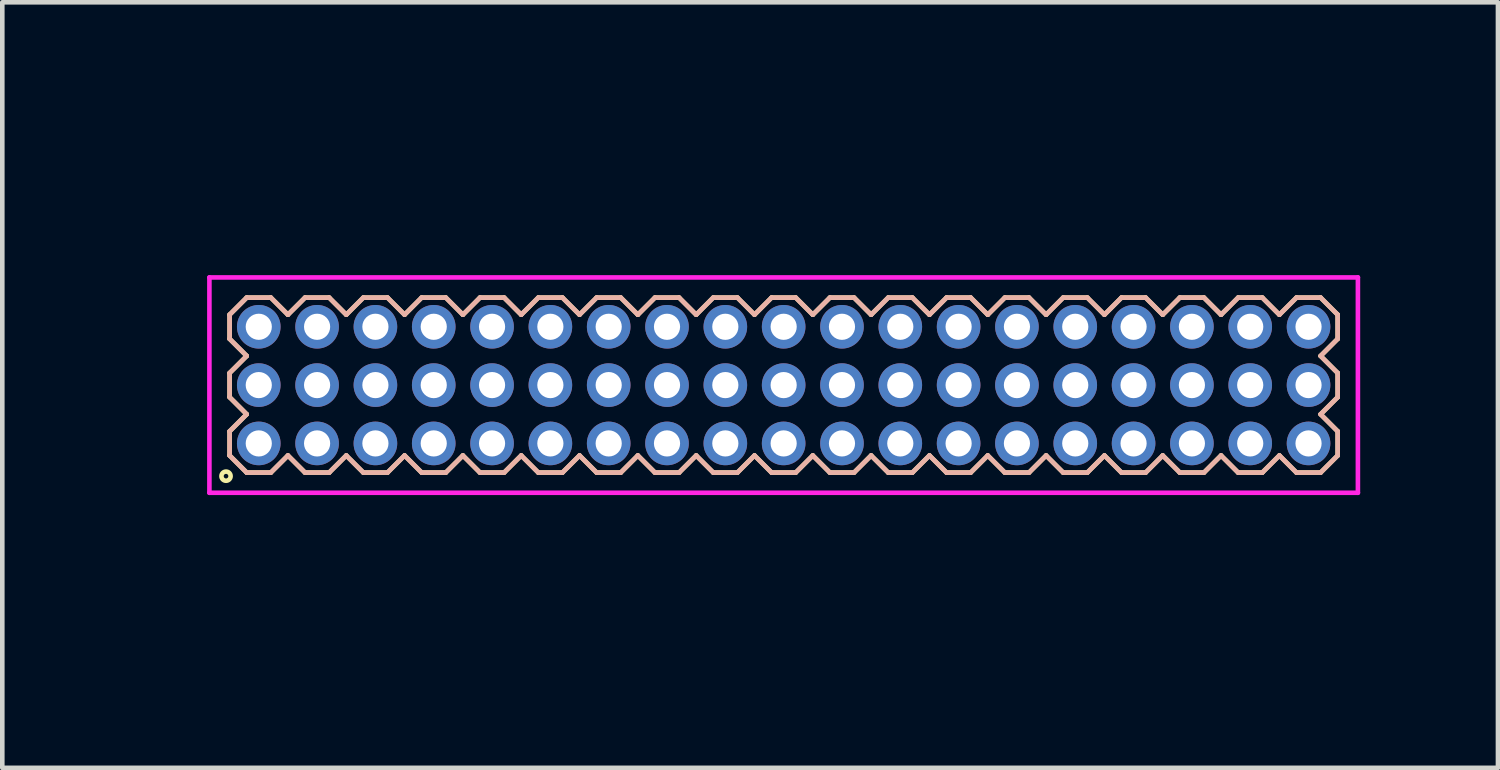
<source format=kicad_pcb>
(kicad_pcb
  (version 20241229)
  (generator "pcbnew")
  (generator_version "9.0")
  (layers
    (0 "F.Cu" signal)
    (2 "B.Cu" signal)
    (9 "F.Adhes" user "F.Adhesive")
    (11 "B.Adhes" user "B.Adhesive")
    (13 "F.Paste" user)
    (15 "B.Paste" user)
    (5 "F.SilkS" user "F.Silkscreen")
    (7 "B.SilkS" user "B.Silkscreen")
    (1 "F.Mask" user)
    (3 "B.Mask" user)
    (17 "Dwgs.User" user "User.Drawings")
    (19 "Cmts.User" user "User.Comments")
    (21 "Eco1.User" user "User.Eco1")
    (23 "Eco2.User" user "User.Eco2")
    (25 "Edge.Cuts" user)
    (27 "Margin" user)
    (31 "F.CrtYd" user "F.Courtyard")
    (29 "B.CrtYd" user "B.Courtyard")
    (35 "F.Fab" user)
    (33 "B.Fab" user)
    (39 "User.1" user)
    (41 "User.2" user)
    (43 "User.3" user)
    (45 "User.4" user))
  (footprint "HDR127P19x3"
    (layer "F.Cu")
    (at 14.015 5.336)
    (property "Reference" "HDR127P19x3" (at -13.255 0 90) (layer "User.1") (effects (font (size 1 1) (thickness 0.1))))
    (attr through_hole)
    (fp_line (start -12.065 -1.533) (end -11.693 -1.905) (stroke (width 0.1) (type solid)) (layer "F.SilkS"))
    (fp_line (start -12.065 -1.007) (end -12.065 -1.533) (stroke (width 0.1) (type solid)) (layer "F.SilkS"))
    (fp_line (start -12.065 -0.263) (end -11.693 -0.635) (stroke (width 0.1) (type solid)) (layer "F.SilkS"))
    (fp_line (start -12.065 0.263) (end -12.065 -0.263) (stroke (width 0.1) (type solid)) (layer "F.SilkS"))
    (fp_line (start -12.065 1.007) (end -11.693 0.635) (stroke (width 0.1) (type solid)) (layer "F.SilkS"))
    (fp_line (start -12.065 1.533) (end -12.065 1.007) (stroke (width 0.1) (type solid)) (layer "F.SilkS"))
    (fp_line (start -11.693 -1.905) (end -11.167 -1.905) (stroke (width 0.1) (type solid)) (layer "F.SilkS"))
    (fp_line (start -11.693 -0.635) (end -12.065 -1.007) (stroke (width 0.1) (type solid)) (layer "F.SilkS"))
    (fp_line (start -11.693 0.635) (end -12.065 0.263) (stroke (width 0.1) (type solid)) (layer "F.SilkS"))
    (fp_line (start -11.693 1.905) (end -12.065 1.533) (stroke (width 0.1) (type solid)) (layer "F.SilkS"))
    (fp_line (start -11.167 -1.905) (end -10.795 -1.533) (stroke (width 0.1) (type solid)) (layer "F.SilkS"))
    (fp_line (start -11.167 1.905) (end -11.693 1.905) (stroke (width 0.1) (type solid)) (layer "F.SilkS"))
    (fp_line (start -10.795 -1.533) (end -10.423 -1.905) (stroke (width 0.1) (type solid)) (layer "F.SilkS"))
    (fp_line (start -10.795 1.533) (end -11.167 1.905) (stroke (width 0.1) (type solid)) (layer "F.SilkS"))
    (fp_line (start -10.423 -1.905) (end -9.897 -1.905) (stroke (width 0.1) (type solid)) (layer "F.SilkS"))
    (fp_line (start -10.423 1.905) (end -10.795 1.533) (stroke (width 0.1) (type solid)) (layer "F.SilkS"))
    (fp_line (start -9.897 -1.905) (end -9.525 -1.533) (stroke (width 0.1) (type solid)) (layer "F.SilkS"))
    (fp_line (start -9.897 1.905) (end -10.423 1.905) (stroke (width 0.1) (type solid)) (layer "F.SilkS"))
    (fp_line (start -9.525 -1.533) (end -9.153 -1.905) (stroke (width 0.1) (type solid)) (layer "F.SilkS"))
    (fp_line (start -9.525 1.533) (end -9.897 1.905) (stroke (width 0.1) (type solid)) (layer "F.SilkS"))
    (fp_line (start -9.153 -1.905) (end -8.627 -1.905) (stroke (width 0.1) (type solid)) (layer "F.SilkS"))
    (fp_line (start -9.153 1.905) (end -9.525 1.533) (stroke (width 0.1) (type solid)) (layer "F.SilkS"))
    (fp_line (start -8.627 -1.905) (end -8.255 -1.533) (stroke (width 0.1) (type solid)) (layer "F.SilkS"))
    (fp_line (start -8.627 1.905) (end -9.153 1.905) (stroke (width 0.1) (type solid)) (layer "F.SilkS"))
    (fp_line (start -8.255 -1.533) (end -7.883 -1.905) (stroke (width 0.1) (type solid)) (layer "F.SilkS"))
    (fp_line (start -8.255 1.533) (end -8.627 1.905) (stroke (width 0.1) (type solid)) (layer "F.SilkS"))
    (fp_line (start -7.883 -1.905) (end -7.357 -1.905) (stroke (width 0.1) (type solid)) (layer "F.SilkS"))
    (fp_line (start -7.883 1.905) (end -8.255 1.533) (stroke (width 0.1) (type solid)) (layer "F.SilkS"))
    (fp_line (start -7.357 -1.905) (end -6.985 -1.533) (stroke (width 0.1) (type solid)) (layer "F.SilkS"))
    (fp_line (start -7.357 1.905) (end -7.883 1.905) (stroke (width 0.1) (type solid)) (layer "F.SilkS"))
    (fp_line (start -6.985 -1.533) (end -6.613 -1.905) (stroke (width 0.1) (type solid)) (layer "F.SilkS"))
    (fp_line (start -6.985 1.533) (end -7.357 1.905) (stroke (width 0.1) (type solid)) (layer "F.SilkS"))
    (fp_line (start -6.613 -1.905) (end -6.087 -1.905) (stroke (width 0.1) (type solid)) (layer "F.SilkS"))
    (fp_line (start -6.613 1.905) (end -6.985 1.533) (stroke (width 0.1) (type solid)) (layer "F.SilkS"))
    (fp_line (start -6.087 -1.905) (end -5.715 -1.533) (stroke (width 0.1) (type solid)) (layer "F.SilkS"))
    (fp_line (start -6.087 1.905) (end -6.613 1.905) (stroke (width 0.1) (type solid)) (layer "F.SilkS"))
    (fp_line (start -5.715 -1.533) (end -5.343 -1.905) (stroke (width 0.1) (type solid)) (layer "F.SilkS"))
    (fp_line (start -5.715 1.533) (end -6.087 1.905) (stroke (width 0.1) (type solid)) (layer "F.SilkS"))
    (fp_line (start -5.343 -1.905) (end -4.817 -1.905) (stroke (width 0.1) (type solid)) (layer "F.SilkS"))
    (fp_line (start -5.343 1.905) (end -5.715 1.533) (stroke (width 0.1) (type solid)) (layer "F.SilkS"))
    (fp_line (start -4.817 -1.905) (end -4.445 -1.533) (stroke (width 0.1) (type solid)) (layer "F.SilkS"))
    (fp_line (start -4.817 1.905) (end -5.343 1.905) (stroke (width 0.1) (type solid)) (layer "F.SilkS"))
    (fp_line (start -4.445 -1.533) (end -4.073 -1.905) (stroke (width 0.1) (type solid)) (layer "F.SilkS"))
    (fp_line (start -4.445 1.533) (end -4.817 1.905) (stroke (width 0.1) (type solid)) (layer "F.SilkS"))
    (fp_line (start -4.073 -1.905) (end -3.547 -1.905) (stroke (width 0.1) (type solid)) (layer "F.SilkS"))
    (fp_line (start -4.073 1.905) (end -4.445 1.533) (stroke (width 0.1) (type solid)) (layer "F.SilkS"))
    (fp_line (start -3.547 -1.905) (end -3.175 -1.533) (stroke (width 0.1) (type solid)) (layer "F.SilkS"))
    (fp_line (start -3.547 1.905) (end -4.073 1.905) (stroke (width 0.1) (type solid)) (layer "F.SilkS"))
    (fp_line (start -3.175 -1.533) (end -2.803 -1.905) (stroke (width 0.1) (type solid)) (layer "F.SilkS"))
    (fp_line (start -3.175 1.533) (end -3.547 1.905) (stroke (width 0.1) (type solid)) (layer "F.SilkS"))
    (fp_line (start -2.803 -1.905) (end -2.277 -1.905) (stroke (width 0.1) (type solid)) (layer "F.SilkS"))
    (fp_line (start -2.803 1.905) (end -3.175 1.533) (stroke (width 0.1) (type solid)) (layer "F.SilkS"))
    (fp_line (start -2.277 -1.905) (end -1.905 -1.533) (stroke (width 0.1) (type solid)) (layer "F.SilkS"))
    (fp_line (start -2.277 1.905) (end -2.803 1.905) (stroke (width 0.1) (type solid)) (layer "F.SilkS"))
    (fp_line (start -1.905 -1.533) (end -1.533 -1.905) (stroke (width 0.1) (type solid)) (layer "F.SilkS"))
    (fp_line (start -1.905 1.533) (end -2.277 1.905) (stroke (width 0.1) (type solid)) (layer "F.SilkS"))
    (fp_line (start -1.533 -1.905) (end -1.007 -1.905) (stroke (width 0.1) (type solid)) (layer "F.SilkS"))
    (fp_line (start -1.533 1.905) (end -1.905 1.533) (stroke (width 0.1) (type solid)) (layer "F.SilkS"))
    (fp_line (start -1.007 -1.905) (end -0.635 -1.533) (stroke (width 0.1) (type solid)) (layer "F.SilkS"))
    (fp_line (start -1.007 1.905) (end -1.533 1.905) (stroke (width 0.1) (type solid)) (layer "F.SilkS"))
    (fp_line (start -0.635 -1.533) (end -0.263 -1.905) (stroke (width 0.1) (type solid)) (layer "F.SilkS"))
    (fp_line (start -0.635 1.533) (end -1.007 1.905) (stroke (width 0.1) (type solid)) (layer "F.SilkS"))
    (fp_line (start -0.263 -1.905) (end 0.263 -1.905) (stroke (width 0.1) (type solid)) (layer "F.SilkS"))
    (fp_line (start -0.263 1.905) (end -0.635 1.533) (stroke (width 0.1) (type solid)) (layer "F.SilkS"))
    (fp_line (start 0.263 -1.905) (end 0.635 -1.533) (stroke (width 0.1) (type solid)) (layer "F.SilkS"))
    (fp_line (start 0.263 1.905) (end -0.263 1.905) (stroke (width 0.1) (type solid)) (layer "F.SilkS"))
    (fp_line (start 0.635 -1.533) (end 1.007 -1.905) (stroke (width 0.1) (type solid)) (layer "F.SilkS"))
    (fp_line (start 0.635 1.533) (end 0.263 1.905) (stroke (width 0.1) (type solid)) (layer "F.SilkS"))
    (fp_line (start 1.007 -1.905) (end 1.533 -1.905) (stroke (width 0.1) (type solid)) (layer "F.SilkS"))
    (fp_line (start 1.007 1.905) (end 0.635 1.533) (stroke (width 0.1) (type solid)) (layer "F.SilkS"))
    (fp_line (start 1.533 -1.905) (end 1.905 -1.533) (stroke (width 0.1) (type solid)) (layer "F.SilkS"))
    (fp_line (start 1.533 1.905) (end 1.007 1.905) (stroke (width 0.1) (type solid)) (layer "F.SilkS"))
    (fp_line (start 1.905 -1.533) (end 2.277 -1.905) (stroke (width 0.1) (type solid)) (layer "F.SilkS"))
    (fp_line (start 1.905 1.533) (end 1.533 1.905) (stroke (width 0.1) (type solid)) (layer "F.SilkS"))
    (fp_line (start 2.277 -1.905) (end 2.803 -1.905) (stroke (width 0.1) (type solid)) (layer "F.SilkS"))
    (fp_line (start 2.277 1.905) (end 1.905 1.533) (stroke (width 0.1) (type solid)) (layer "F.SilkS"))
    (fp_line (start 2.803 -1.905) (end 3.175 -1.533) (stroke (width 0.1) (type solid)) (layer "F.SilkS"))
    (fp_line (start 2.803 1.905) (end 2.277 1.905) (stroke (width 0.1) (type solid)) (layer "F.SilkS"))
    (fp_line (start 3.175 -1.533) (end 3.547 -1.905) (stroke (width 0.1) (type solid)) (layer "F.SilkS"))
    (fp_line (start 3.175 1.533) (end 2.803 1.905) (stroke (width 0.1) (type solid)) (layer "F.SilkS"))
    (fp_line (start 3.547 -1.905) (end 4.073 -1.905) (stroke (width 0.1) (type solid)) (layer "F.SilkS"))
    (fp_line (start 3.547 1.905) (end 3.175 1.533) (stroke (width 0.1) (type solid)) (layer "F.SilkS"))
    (fp_line (start 4.073 -1.905) (end 4.445 -1.533) (stroke (width 0.1) (type solid)) (layer "F.SilkS"))
    (fp_line (start 4.073 1.905) (end 3.547 1.905) (stroke (width 0.1) (type solid)) (layer "F.SilkS"))
    (fp_line (start 4.445 -1.533) (end 4.817 -1.905) (stroke (width 0.1) (type solid)) (layer "F.SilkS"))
    (fp_line (start 4.445 1.533) (end 4.073 1.905) (stroke (width 0.1) (type solid)) (layer "F.SilkS"))
    (fp_line (start 4.817 -1.905) (end 5.343 -1.905) (stroke (width 0.1) (type solid)) (layer "F.SilkS"))
    (fp_line (start 4.817 1.905) (end 4.445 1.533) (stroke (width 0.1) (type solid)) (layer "F.SilkS"))
    (fp_line (start 5.343 -1.905) (end 5.715 -1.533) (stroke (width 0.1) (type solid)) (layer "F.SilkS"))
    (fp_line (start 5.343 1.905) (end 4.817 1.905) (stroke (width 0.1) (type solid)) (layer "F.SilkS"))
    (fp_line (start 5.715 -1.533) (end 6.087 -1.905) (stroke (width 0.1) (type solid)) (layer "F.SilkS"))
    (fp_line (start 5.715 1.533) (end 5.343 1.905) (stroke (width 0.1) (type solid)) (layer "F.SilkS"))
    (fp_line (start 6.087 -1.905) (end 6.613 -1.905) (stroke (width 0.1) (type solid)) (layer "F.SilkS"))
    (fp_line (start 6.087 1.905) (end 5.715 1.533) (stroke (width 0.1) (type solid)) (layer "F.SilkS"))
    (fp_line (start 6.613 -1.905) (end 6.985 -1.533) (stroke (width 0.1) (type solid)) (layer "F.SilkS"))
    (fp_line (start 6.613 1.905) (end 6.087 1.905) (stroke (width 0.1) (type solid)) (layer "F.SilkS"))
    (fp_line (start 6.985 -1.533) (end 7.357 -1.905) (stroke (width 0.1) (type solid)) (layer "F.SilkS"))
    (fp_line (start 6.985 1.533) (end 6.613 1.905) (stroke (width 0.1) (type solid)) (layer "F.SilkS"))
    (fp_line (start 7.357 -1.905) (end 7.883 -1.905) (stroke (width 0.1) (type solid)) (layer "F.SilkS"))
    (fp_line (start 7.357 1.905) (end 6.985 1.533) (stroke (width 0.1) (type solid)) (layer "F.SilkS"))
    (fp_line (start 7.883 -1.905) (end 8.255 -1.533) (stroke (width 0.1) (type solid)) (layer "F.SilkS"))
    (fp_line (start 7.883 1.905) (end 7.357 1.905) (stroke (width 0.1) (type solid)) (layer "F.SilkS"))
    (fp_line (start 8.255 -1.533) (end 8.627 -1.905) (stroke (width 0.1) (type solid)) (layer "F.SilkS"))
    (fp_line (start 8.255 1.533) (end 7.883 1.905) (stroke (width 0.1) (type solid)) (layer "F.SilkS"))
    (fp_line (start 8.627 -1.905) (end 9.153 -1.905) (stroke (width 0.1) (type solid)) (layer "F.SilkS"))
    (fp_line (start 8.627 1.905) (end 8.255 1.533) (stroke (width 0.1) (type solid)) (layer "F.SilkS"))
    (fp_line (start 9.153 -1.905) (end 9.525 -1.533) (stroke (width 0.1) (type solid)) (layer "F.SilkS"))
    (fp_line (start 9.153 1.905) (end 8.627 1.905) (stroke (width 0.1) (type solid)) (layer "F.SilkS"))
    (fp_line (start 9.525 -1.533) (end 9.897 -1.905) (stroke (width 0.1) (type solid)) (layer "F.SilkS"))
    (fp_line (start 9.525 1.533) (end 9.153 1.905) (stroke (width 0.1) (type solid)) (layer "F.SilkS"))
    (fp_line (start 9.897 -1.905) (end 10.423 -1.905) (stroke (width 0.1) (type solid)) (layer "F.SilkS"))
    (fp_line (start 9.897 1.905) (end 9.525 1.533) (stroke (width 0.1) (type solid)) (layer "F.SilkS"))
    (fp_line (start 10.423 -1.905) (end 10.795 -1.533) (stroke (width 0.1) (type solid)) (layer "F.SilkS"))
    (fp_line (start 10.423 1.905) (end 9.897 1.905) (stroke (width 0.1) (type solid)) (layer "F.SilkS"))
    (fp_line (start 10.795 -1.533) (end 11.167 -1.905) (stroke (width 0.1) (type solid)) (layer "F.SilkS"))
    (fp_line (start 10.795 1.533) (end 10.423 1.905) (stroke (width 0.1) (type solid)) (layer "F.SilkS"))
    (fp_line (start 11.167 -1.905) (end 11.693 -1.905) (stroke (width 0.1) (type solid)) (layer "F.SilkS"))
    (fp_line (start 11.167 1.905) (end 10.795 1.533) (stroke (width 0.1) (type solid)) (layer "F.SilkS"))
    (fp_line (start 11.693 -1.905) (end 12.065 -1.533) (stroke (width 0.1) (type solid)) (layer "F.SilkS"))
    (fp_line (start 11.693 -0.635) (end 12.065 -0.263) (stroke (width 0.1) (type solid)) (layer "F.SilkS"))
    (fp_line (start 11.693 0.635) (end 12.065 1.007) (stroke (width 0.1) (type solid)) (layer "F.SilkS"))
    (fp_line (start 11.693 1.905) (end 11.167 1.905) (stroke (width 0.1) (type solid)) (layer "F.SilkS"))
    (fp_line (start 12.065 -1.533) (end 12.065 -1.007) (stroke (width 0.1) (type solid)) (layer "F.SilkS"))
    (fp_line (start 12.065 -1.007) (end 11.693 -0.635) (stroke (width 0.1) (type solid)) (layer "F.SilkS"))
    (fp_line (start 12.065 -0.263) (end 12.065 0.263) (stroke (width 0.1) (type solid)) (layer "F.SilkS"))
    (fp_line (start 12.065 0.263) (end 11.693 0.635) (stroke (width 0.1) (type solid)) (layer "F.SilkS"))
    (fp_line (start 12.065 1.007) (end 12.065 1.533) (stroke (width 0.1) (type solid)) (layer "F.SilkS"))
    (fp_line (start 12.065 1.533) (end 11.693 1.905) (stroke (width 0.1) (type solid)) (layer "F.SilkS"))
    (fp_circle (center -12.143 1.983) (end -12.043 1.983) (stroke (width 0.1) (type solid)) (fill no) (layer "F.SilkS"))
    (fp_line (start -12.065 -1.533) (end -11.693 -1.905) (stroke (width 0.1) (type solid)) (layer "B.SilkS"))
    (fp_line (start -12.065 -1.007) (end -12.065 -1.533) (stroke (width 0.1) (type solid)) (layer "B.SilkS"))
    (fp_line (start -12.065 -0.263) (end -11.693 -0.635) (stroke (width 0.1) (type solid)) (layer "B.SilkS"))
    (fp_line (start -12.065 0.263) (end -12.065 -0.263) (stroke (width 0.1) (type solid)) (layer "B.SilkS"))
    (fp_line (start -12.065 1.007) (end -11.693 0.635) (stroke (width 0.1) (type solid)) (layer "B.SilkS"))
    (fp_line (start -12.065 1.533) (end -12.065 1.007) (stroke (width 0.1) (type solid)) (layer "B.SilkS"))
    (fp_line (start -11.693 -1.905) (end -11.167 -1.905) (stroke (width 0.1) (type solid)) (layer "B.SilkS"))
    (fp_line (start -11.693 -0.635) (end -12.065 -1.007) (stroke (width 0.1) (type solid)) (layer "B.SilkS"))
    (fp_line (start -11.693 0.635) (end -12.065 0.263) (stroke (width 0.1) (type solid)) (layer "B.SilkS"))
    (fp_line (start -11.693 1.905) (end -12.065 1.533) (stroke (width 0.1) (type solid)) (layer "B.SilkS"))
    (fp_line (start -11.167 -1.905) (end -10.795 -1.533) (stroke (width 0.1) (type solid)) (layer "B.SilkS"))
    (fp_line (start -11.167 1.905) (end -11.693 1.905) (stroke (width 0.1) (type solid)) (layer "B.SilkS"))
    (fp_line (start -10.795 -1.533) (end -10.423 -1.905) (stroke (width 0.1) (type solid)) (layer "B.SilkS"))
    (fp_line (start -10.795 1.533) (end -11.167 1.905) (stroke (width 0.1) (type solid)) (layer "B.SilkS"))
    (fp_line (start -10.423 -1.905) (end -9.897 -1.905) (stroke (width 0.1) (type solid)) (layer "B.SilkS"))
    (fp_line (start -10.423 1.905) (end -10.795 1.533) (stroke (width 0.1) (type solid)) (layer "B.SilkS"))
    (fp_line (start -9.897 -1.905) (end -9.525 -1.533) (stroke (width 0.1) (type solid)) (layer "B.SilkS"))
    (fp_line (start -9.897 1.905) (end -10.423 1.905) (stroke (width 0.1) (type solid)) (layer "B.SilkS"))
    (fp_line (start -9.525 -1.533) (end -9.153 -1.905) (stroke (width 0.1) (type solid)) (layer "B.SilkS"))
    (fp_line (start -9.525 1.533) (end -9.897 1.905) (stroke (width 0.1) (type solid)) (layer "B.SilkS"))
    (fp_line (start -9.153 -1.905) (end -8.627 -1.905) (stroke (width 0.1) (type solid)) (layer "B.SilkS"))
    (fp_line (start -9.153 1.905) (end -9.525 1.533) (stroke (width 0.1) (type solid)) (layer "B.SilkS"))
    (fp_line (start -8.627 -1.905) (end -8.255 -1.533) (stroke (width 0.1) (type solid)) (layer "B.SilkS"))
    (fp_line (start -8.627 1.905) (end -9.153 1.905) (stroke (width 0.1) (type solid)) (layer "B.SilkS"))
    (fp_line (start -8.255 -1.533) (end -7.883 -1.905) (stroke (width 0.1) (type solid)) (layer "B.SilkS"))
    (fp_line (start -8.255 1.533) (end -8.627 1.905) (stroke (width 0.1) (type solid)) (layer "B.SilkS"))
    (fp_line (start -7.883 -1.905) (end -7.357 -1.905) (stroke (width 0.1) (type solid)) (layer "B.SilkS"))
    (fp_line (start -7.883 1.905) (end -8.255 1.533) (stroke (width 0.1) (type solid)) (layer "B.SilkS"))
    (fp_line (start -7.357 -1.905) (end -6.985 -1.533) (stroke (width 0.1) (type solid)) (layer "B.SilkS"))
    (fp_line (start -7.357 1.905) (end -7.883 1.905) (stroke (width 0.1) (type solid)) (layer "B.SilkS"))
    (fp_line (start -6.985 -1.533) (end -6.613 -1.905) (stroke (width 0.1) (type solid)) (layer "B.SilkS"))
    (fp_line (start -6.985 1.533) (end -7.357 1.905) (stroke (width 0.1) (type solid)) (layer "B.SilkS"))
    (fp_line (start -6.613 -1.905) (end -6.087 -1.905) (stroke (width 0.1) (type solid)) (layer "B.SilkS"))
    (fp_line (start -6.613 1.905) (end -6.985 1.533) (stroke (width 0.1) (type solid)) (layer "B.SilkS"))
    (fp_line (start -6.087 -1.905) (end -5.715 -1.533) (stroke (width 0.1) (type solid)) (layer "B.SilkS"))
    (fp_line (start -6.087 1.905) (end -6.613 1.905) (stroke (width 0.1) (type solid)) (layer "B.SilkS"))
    (fp_line (start -5.715 -1.533) (end -5.343 -1.905) (stroke (width 0.1) (type solid)) (layer "B.SilkS"))
    (fp_line (start -5.715 1.533) (end -6.087 1.905) (stroke (width 0.1) (type solid)) (layer "B.SilkS"))
    (fp_line (start -5.343 -1.905) (end -4.817 -1.905) (stroke (width 0.1) (type solid)) (layer "B.SilkS"))
    (fp_line (start -5.343 1.905) (end -5.715 1.533) (stroke (width 0.1) (type solid)) (layer "B.SilkS"))
    (fp_line (start -4.817 -1.905) (end -4.445 -1.533) (stroke (width 0.1) (type solid)) (layer "B.SilkS"))
    (fp_line (start -4.817 1.905) (end -5.343 1.905) (stroke (width 0.1) (type solid)) (layer "B.SilkS"))
    (fp_line (start -4.445 -1.533) (end -4.073 -1.905) (stroke (width 0.1) (type solid)) (layer "B.SilkS"))
    (fp_line (start -4.445 1.533) (end -4.817 1.905) (stroke (width 0.1) (type solid)) (layer "B.SilkS"))
    (fp_line (start -4.073 -1.905) (end -3.547 -1.905) (stroke (width 0.1) (type solid)) (layer "B.SilkS"))
    (fp_line (start -4.073 1.905) (end -4.445 1.533) (stroke (width 0.1) (type solid)) (layer "B.SilkS"))
    (fp_line (start -3.547 -1.905) (end -3.175 -1.533) (stroke (width 0.1) (type solid)) (layer "B.SilkS"))
    (fp_line (start -3.547 1.905) (end -4.073 1.905) (stroke (width 0.1) (type solid)) (layer "B.SilkS"))
    (fp_line (start -3.175 -1.533) (end -2.803 -1.905) (stroke (width 0.1) (type solid)) (layer "B.SilkS"))
    (fp_line (start -3.175 1.533) (end -3.547 1.905) (stroke (width 0.1) (type solid)) (layer "B.SilkS"))
    (fp_line (start -2.803 -1.905) (end -2.277 -1.905) (stroke (width 0.1) (type solid)) (layer "B.SilkS"))
    (fp_line (start -2.803 1.905) (end -3.175 1.533) (stroke (width 0.1) (type solid)) (layer "B.SilkS"))
    (fp_line (start -2.277 -1.905) (end -1.905 -1.533) (stroke (width 0.1) (type solid)) (layer "B.SilkS"))
    (fp_line (start -2.277 1.905) (end -2.803 1.905) (stroke (width 0.1) (type solid)) (layer "B.SilkS"))
    (fp_line (start -1.905 -1.533) (end -1.533 -1.905) (stroke (width 0.1) (type solid)) (layer "B.SilkS"))
    (fp_line (start -1.905 1.533) (end -2.277 1.905) (stroke (width 0.1) (type solid)) (layer "B.SilkS"))
    (fp_line (start -1.533 -1.905) (end -1.007 -1.905) (stroke (width 0.1) (type solid)) (layer "B.SilkS"))
    (fp_line (start -1.533 1.905) (end -1.905 1.533) (stroke (width 0.1) (type solid)) (layer "B.SilkS"))
    (fp_line (start -1.007 -1.905) (end -0.635 -1.533) (stroke (width 0.1) (type solid)) (layer "B.SilkS"))
    (fp_line (start -1.007 1.905) (end -1.533 1.905) (stroke (width 0.1) (type solid)) (layer "B.SilkS"))
    (fp_line (start -0.635 -1.533) (end -0.263 -1.905) (stroke (width 0.1) (type solid)) (layer "B.SilkS"))
    (fp_line (start -0.635 1.533) (end -1.007 1.905) (stroke (width 0.1) (type solid)) (layer "B.SilkS"))
    (fp_line (start -0.263 -1.905) (end 0.263 -1.905) (stroke (width 0.1) (type solid)) (layer "B.SilkS"))
    (fp_line (start -0.263 1.905) (end -0.635 1.533) (stroke (width 0.1) (type solid)) (layer "B.SilkS"))
    (fp_line (start 0.263 -1.905) (end 0.635 -1.533) (stroke (width 0.1) (type solid)) (layer "B.SilkS"))
    (fp_line (start 0.263 1.905) (end -0.263 1.905) (stroke (width 0.1) (type solid)) (layer "B.SilkS"))
    (fp_line (start 0.635 -1.533) (end 1.007 -1.905) (stroke (width 0.1) (type solid)) (layer "B.SilkS"))
    (fp_line (start 0.635 1.533) (end 0.263 1.905) (stroke (width 0.1) (type solid)) (layer "B.SilkS"))
    (fp_line (start 1.007 -1.905) (end 1.533 -1.905) (stroke (width 0.1) (type solid)) (layer "B.SilkS"))
    (fp_line (start 1.007 1.905) (end 0.635 1.533) (stroke (width 0.1) (type solid)) (layer "B.SilkS"))
    (fp_line (start 1.533 -1.905) (end 1.905 -1.533) (stroke (width 0.1) (type solid)) (layer "B.SilkS"))
    (fp_line (start 1.533 1.905) (end 1.007 1.905) (stroke (width 0.1) (type solid)) (layer "B.SilkS"))
    (fp_line (start 1.905 -1.533) (end 2.277 -1.905) (stroke (width 0.1) (type solid)) (layer "B.SilkS"))
    (fp_line (start 1.905 1.533) (end 1.533 1.905) (stroke (width 0.1) (type solid)) (layer "B.SilkS"))
    (fp_line (start 2.277 -1.905) (end 2.803 -1.905) (stroke (width 0.1) (type solid)) (layer "B.SilkS"))
    (fp_line (start 2.277 1.905) (end 1.905 1.533) (stroke (width 0.1) (type solid)) (layer "B.SilkS"))
    (fp_line (start 2.803 -1.905) (end 3.175 -1.533) (stroke (width 0.1) (type solid)) (layer "B.SilkS"))
    (fp_line (start 2.803 1.905) (end 2.277 1.905) (stroke (width 0.1) (type solid)) (layer "B.SilkS"))
    (fp_line (start 3.175 -1.533) (end 3.547 -1.905) (stroke (width 0.1) (type solid)) (layer "B.SilkS"))
    (fp_line (start 3.175 1.533) (end 2.803 1.905) (stroke (width 0.1) (type solid)) (layer "B.SilkS"))
    (fp_line (start 3.547 -1.905) (end 4.073 -1.905) (stroke (width 0.1) (type solid)) (layer "B.SilkS"))
    (fp_line (start 3.547 1.905) (end 3.175 1.533) (stroke (width 0.1) (type solid)) (layer "B.SilkS"))
    (fp_line (start 4.073 -1.905) (end 4.445 -1.533) (stroke (width 0.1) (type solid)) (layer "B.SilkS"))
    (fp_line (start 4.073 1.905) (end 3.547 1.905) (stroke (width 0.1) (type solid)) (layer "B.SilkS"))
    (fp_line (start 4.445 -1.533) (end 4.817 -1.905) (stroke (width 0.1) (type solid)) (layer "B.SilkS"))
    (fp_line (start 4.445 1.533) (end 4.073 1.905) (stroke (width 0.1) (type solid)) (layer "B.SilkS"))
    (fp_line (start 4.817 -1.905) (end 5.343 -1.905) (stroke (width 0.1) (type solid)) (layer "B.SilkS"))
    (fp_line (start 4.817 1.905) (end 4.445 1.533) (stroke (width 0.1) (type solid)) (layer "B.SilkS"))
    (fp_line (start 5.343 -1.905) (end 5.715 -1.533) (stroke (width 0.1) (type solid)) (layer "B.SilkS"))
    (fp_line (start 5.343 1.905) (end 4.817 1.905) (stroke (width 0.1) (type solid)) (layer "B.SilkS"))
    (fp_line (start 5.715 -1.533) (end 6.087 -1.905) (stroke (width 0.1) (type solid)) (layer "B.SilkS"))
    (fp_line (start 5.715 1.533) (end 5.343 1.905) (stroke (width 0.1) (type solid)) (layer "B.SilkS"))
    (fp_line (start 6.087 -1.905) (end 6.613 -1.905) (stroke (width 0.1) (type solid)) (layer "B.SilkS"))
    (fp_line (start 6.087 1.905) (end 5.715 1.533) (stroke (width 0.1) (type solid)) (layer "B.SilkS"))
    (fp_line (start 6.613 -1.905) (end 6.985 -1.533) (stroke (width 0.1) (type solid)) (layer "B.SilkS"))
    (fp_line (start 6.613 1.905) (end 6.087 1.905) (stroke (width 0.1) (type solid)) (layer "B.SilkS"))
    (fp_line (start 6.985 -1.533) (end 7.357 -1.905) (stroke (width 0.1) (type solid)) (layer "B.SilkS"))
    (fp_line (start 6.985 1.533) (end 6.613 1.905) (stroke (width 0.1) (type solid)) (layer "B.SilkS"))
    (fp_line (start 7.357 -1.905) (end 7.883 -1.905) (stroke (width 0.1) (type solid)) (layer "B.SilkS"))
    (fp_line (start 7.357 1.905) (end 6.985 1.533) (stroke (width 0.1) (type solid)) (layer "B.SilkS"))
    (fp_line (start 7.883 -1.905) (end 8.255 -1.533) (stroke (width 0.1) (type solid)) (layer "B.SilkS"))
    (fp_line (start 7.883 1.905) (end 7.357 1.905) (stroke (width 0.1) (type solid)) (layer "B.SilkS"))
    (fp_line (start 8.255 -1.533) (end 8.627 -1.905) (stroke (width 0.1) (type solid)) (layer "B.SilkS"))
    (fp_line (start 8.255 1.533) (end 7.883 1.905) (stroke (width 0.1) (type solid)) (layer "B.SilkS"))
    (fp_line (start 8.627 -1.905) (end 9.153 -1.905) (stroke (width 0.1) (type solid)) (layer "B.SilkS"))
    (fp_line (start 8.627 1.905) (end 8.255 1.533) (stroke (width 0.1) (type solid)) (layer "B.SilkS"))
    (fp_line (start 9.153 -1.905) (end 9.525 -1.533) (stroke (width 0.1) (type solid)) (layer "B.SilkS"))
    (fp_line (start 9.153 1.905) (end 8.627 1.905) (stroke (width 0.1) (type solid)) (layer "B.SilkS"))
    (fp_line (start 9.525 -1.533) (end 9.897 -1.905) (stroke (width 0.1) (type solid)) (layer "B.SilkS"))
    (fp_line (start 9.525 1.533) (end 9.153 1.905) (stroke (width 0.1) (type solid)) (layer "B.SilkS"))
    (fp_line (start 9.897 -1.905) (end 10.423 -1.905) (stroke (width 0.1) (type solid)) (layer "B.SilkS"))
    (fp_line (start 9.897 1.905) (end 9.525 1.533) (stroke (width 0.1) (type solid)) (layer "B.SilkS"))
    (fp_line (start 10.423 -1.905) (end 10.795 -1.533) (stroke (width 0.1) (type solid)) (layer "B.SilkS"))
    (fp_line (start 10.423 1.905) (end 9.897 1.905) (stroke (width 0.1) (type solid)) (layer "B.SilkS"))
    (fp_line (start 10.795 -1.533) (end 11.167 -1.905) (stroke (width 0.1) (type solid)) (layer "B.SilkS"))
    (fp_line (start 10.795 1.533) (end 10.423 1.905) (stroke (width 0.1) (type solid)) (layer "B.SilkS"))
    (fp_line (start 11.167 -1.905) (end 11.693 -1.905) (stroke (width 0.1) (type solid)) (layer "B.SilkS"))
    (fp_line (start 11.167 1.905) (end 10.795 1.533) (stroke (width 0.1) (type solid)) (layer "B.SilkS"))
    (fp_line (start 11.693 -1.905) (end 12.065 -1.533) (stroke (width 0.1) (type solid)) (layer "B.SilkS"))
    (fp_line (start 11.693 -0.635) (end 12.065 -0.263) (stroke (width 0.1) (type solid)) (layer "B.SilkS"))
    (fp_line (start 11.693 0.635) (end 12.065 1.007) (stroke (width 0.1) (type solid)) (layer "B.SilkS"))
    (fp_line (start 11.693 1.905) (end 11.167 1.905) (stroke (width 0.1) (type solid)) (layer "B.SilkS"))
    (fp_line (start 12.065 -1.533) (end 12.065 -1.007) (stroke (width 0.1) (type solid)) (layer "B.SilkS"))
    (fp_line (start 12.065 -1.007) (end 11.693 -0.635) (stroke (width 0.1) (type solid)) (layer "B.SilkS"))
    (fp_line (start 12.065 -0.263) (end 12.065 0.263) (stroke (width 0.1) (type solid)) (layer "B.SilkS"))
    (fp_line (start 12.065 0.263) (end 11.693 0.635) (stroke (width 0.1) (type solid)) (layer "B.SilkS"))
    (fp_line (start 12.065 1.007) (end 12.065 1.533) (stroke (width 0.1) (type solid)) (layer "B.SilkS"))
    (fp_line (start 12.065 1.533) (end 11.693 1.905) (stroke (width 0.1) (type solid)) (layer "B.SilkS"))
    (fp_line (start -12.505 -2.345) (end -12.505 2.345) (stroke (width 0.1) (type solid)) (layer "F.CrtYd"))
    (fp_line (start -12.505 2.345) (end 12.505 2.345) (stroke (width 0.1) (type solid)) (layer "F.CrtYd"))
    (fp_line (start 12.505 -2.345) (end -12.505 -2.345) (stroke (width 0.1) (type solid)) (layer "F.CrtYd"))
    (fp_line (start 12.505 2.345) (end 12.505 -2.345) (stroke (width 0.1) (type solid)) (layer "F.CrtYd"))
    (pad "1" thru_hole oval (at -11.43 1.27) (size 0.95 0.95) (drill 0.57) (layers "*.Cu" "*.Mask"))
    (pad "2" thru_hole oval (at -11.43 0) (size 0.95 0.95) (drill 0.57) (layers "*.Cu" "*.Mask"))
    (pad "3" thru_hole oval (at -11.43 -1.27) (size 0.95 0.95) (drill 0.57) (layers "*.Cu" "*.Mask"))
    (pad "4" thru_hole oval (at -10.16 1.27) (size 0.95 0.95) (drill 0.57) (layers "*.Cu" "*.Mask"))
    (pad "5" thru_hole oval (at -10.16 0) (size 0.95 0.95) (drill 0.57) (layers "*.Cu" "*.Mask"))
    (pad "6" thru_hole oval (at -10.16 -1.27) (size 0.95 0.95) (drill 0.57) (layers "*.Cu" "*.Mask"))
    (pad "7" thru_hole oval (at -8.89 1.27) (size 0.95 0.95) (drill 0.57) (layers "*.Cu" "*.Mask"))
    (pad "8" thru_hole oval (at -8.89 0) (size 0.95 0.95) (drill 0.57) (layers "*.Cu" "*.Mask"))
    (pad "9" thru_hole oval (at -8.89 -1.27) (size 0.95 0.95) (drill 0.57) (layers "*.Cu" "*.Mask"))
    (pad "10" thru_hole oval (at -7.62 1.27) (size 0.95 0.95) (drill 0.57) (layers "*.Cu" "*.Mask"))
    (pad "11" thru_hole oval (at -7.62 0) (size 0.95 0.95) (drill 0.57) (layers "*.Cu" "*.Mask"))
    (pad "12" thru_hole oval (at -7.62 -1.27) (size 0.95 0.95) (drill 0.57) (layers "*.Cu" "*.Mask"))
    (pad "13" thru_hole oval (at -6.35 1.27) (size 0.95 0.95) (drill 0.57) (layers "*.Cu" "*.Mask"))
    (pad "14" thru_hole oval (at -6.35 0) (size 0.95 0.95) (drill 0.57) (layers "*.Cu" "*.Mask"))
    (pad "15" thru_hole oval (at -6.35 -1.27) (size 0.95 0.95) (drill 0.57) (layers "*.Cu" "*.Mask"))
    (pad "16" thru_hole oval (at -5.08 1.27) (size 0.95 0.95) (drill 0.57) (layers "*.Cu" "*.Mask"))
    (pad "17" thru_hole oval (at -5.08 0) (size 0.95 0.95) (drill 0.57) (layers "*.Cu" "*.Mask"))
    (pad "18" thru_hole oval (at -5.08 -1.27) (size 0.95 0.95) (drill 0.57) (layers "*.Cu" "*.Mask"))
    (pad "19" thru_hole oval (at -3.81 1.27) (size 0.95 0.95) (drill 0.57) (layers "*.Cu" "*.Mask"))
    (pad "20" thru_hole oval (at -3.81 0) (size 0.95 0.95) (drill 0.57) (layers "*.Cu" "*.Mask"))
    (pad "21" thru_hole oval (at -3.81 -1.27) (size 0.95 0.95) (drill 0.57) (layers "*.Cu" "*.Mask"))
    (pad "22" thru_hole oval (at -2.54 1.27) (size 0.95 0.95) (drill 0.57) (layers "*.Cu" "*.Mask"))
    (pad "23" thru_hole oval (at -2.54 0) (size 0.95 0.95) (drill 0.57) (layers "*.Cu" "*.Mask"))
    (pad "24" thru_hole oval (at -2.54 -1.27) (size 0.95 0.95) (drill 0.57) (layers "*.Cu" "*.Mask"))
    (pad "25" thru_hole oval (at -1.27 1.27) (size 0.95 0.95) (drill 0.57) (layers "*.Cu" "*.Mask"))
    (pad "26" thru_hole oval (at -1.27 0) (size 0.95 0.95) (drill 0.57) (layers "*.Cu" "*.Mask"))
    (pad "27" thru_hole oval (at -1.27 -1.27) (size 0.95 0.95) (drill 0.57) (layers "*.Cu" "*.Mask"))
    (pad "28" thru_hole oval (at 0 1.27) (size 0.95 0.95) (drill 0.57) (layers "*.Cu" "*.Mask"))
    (pad "29" thru_hole oval (at 0 0) (size 0.95 0.95) (drill 0.57) (layers "*.Cu" "*.Mask"))
    (pad "30" thru_hole oval (at 0 -1.27) (size 0.95 0.95) (drill 0.57) (layers "*.Cu" "*.Mask"))
    (pad "31" thru_hole oval (at 1.27 1.27) (size 0.95 0.95) (drill 0.57) (layers "*.Cu" "*.Mask"))
    (pad "32" thru_hole oval (at 1.27 0) (size 0.95 0.95) (drill 0.57) (layers "*.Cu" "*.Mask"))
    (pad "33" thru_hole oval (at 1.27 -1.27) (size 0.95 0.95) (drill 0.57) (layers "*.Cu" "*.Mask"))
    (pad "34" thru_hole oval (at 2.54 1.27) (size 0.95 0.95) (drill 0.57) (layers "*.Cu" "*.Mask"))
    (pad "35" thru_hole oval (at 2.54 0) (size 0.95 0.95) (drill 0.57) (layers "*.Cu" "*.Mask"))
    (pad "36" thru_hole oval (at 2.54 -1.27) (size 0.95 0.95) (drill 0.57) (layers "*.Cu" "*.Mask"))
    (pad "37" thru_hole oval (at 3.81 1.27) (size 0.95 0.95) (drill 0.57) (layers "*.Cu" "*.Mask"))
    (pad "38" thru_hole oval (at 3.81 0) (size 0.95 0.95) (drill 0.57) (layers "*.Cu" "*.Mask"))
    (pad "39" thru_hole oval (at 3.81 -1.27) (size 0.95 0.95) (drill 0.57) (layers "*.Cu" "*.Mask"))
    (pad "40" thru_hole oval (at 5.08 1.27) (size 0.95 0.95) (drill 0.57) (layers "*.Cu" "*.Mask"))
    (pad "41" thru_hole oval (at 5.08 0) (size 0.95 0.95) (drill 0.57) (layers "*.Cu" "*.Mask"))
    (pad "42" thru_hole oval (at 5.08 -1.27) (size 0.95 0.95) (drill 0.57) (layers "*.Cu" "*.Mask"))
    (pad "43" thru_hole oval (at 6.35 1.27) (size 0.95 0.95) (drill 0.57) (layers "*.Cu" "*.Mask"))
    (pad "44" thru_hole oval (at 6.35 0) (size 0.95 0.95) (drill 0.57) (layers "*.Cu" "*.Mask"))
    (pad "45" thru_hole oval (at 6.35 -1.27) (size 0.95 0.95) (drill 0.57) (layers "*.Cu" "*.Mask"))
    (pad "46" thru_hole oval (at 7.62 1.27) (size 0.95 0.95) (drill 0.57) (layers "*.Cu" "*.Mask"))
    (pad "47" thru_hole oval (at 7.62 0) (size 0.95 0.95) (drill 0.57) (layers "*.Cu" "*.Mask"))
    (pad "48" thru_hole oval (at 7.62 -1.27) (size 0.95 0.95) (drill 0.57) (layers "*.Cu" "*.Mask"))
    (pad "49" thru_hole oval (at 8.89 1.27) (size 0.95 0.95) (drill 0.57) (layers "*.Cu" "*.Mask"))
    (pad "50" thru_hole oval (at 8.89 0) (size 0.95 0.95) (drill 0.57) (layers "*.Cu" "*.Mask"))
    (pad "51" thru_hole oval (at 8.89 -1.27) (size 0.95 0.95) (drill 0.57) (layers "*.Cu" "*.Mask"))
    (pad "52" thru_hole oval (at 10.16 1.27) (size 0.95 0.95) (drill 0.57) (layers "*.Cu" "*.Mask"))
    (pad "53" thru_hole oval (at 10.16 0) (size 0.95 0.95) (drill 0.57) (layers "*.Cu" "*.Mask"))
    (pad "54" thru_hole oval (at 10.16 -1.27) (size 0.95 0.95) (drill 0.57) (layers "*.Cu" "*.Mask"))
    (pad "55" thru_hole oval (at 11.43 1.27) (size 0.95 0.95) (drill 0.57) (layers "*.Cu" "*.Mask"))
    (pad "56" thru_hole oval (at 11.43 0) (size 0.95 0.95) (drill 0.57) (layers "*.Cu" "*.Mask"))
    (pad "57" thru_hole oval (at 11.43 -1.27) (size 0.95 0.95) (drill 0.57) (layers "*.Cu" "*.Mask")))
  (gr_rect
    (start -3 -3)
    (end 29.57 13.671)
    (stroke (width 0.1) (type default))
    (fill no)
    (layer "Edge.Cuts")))
</source>
